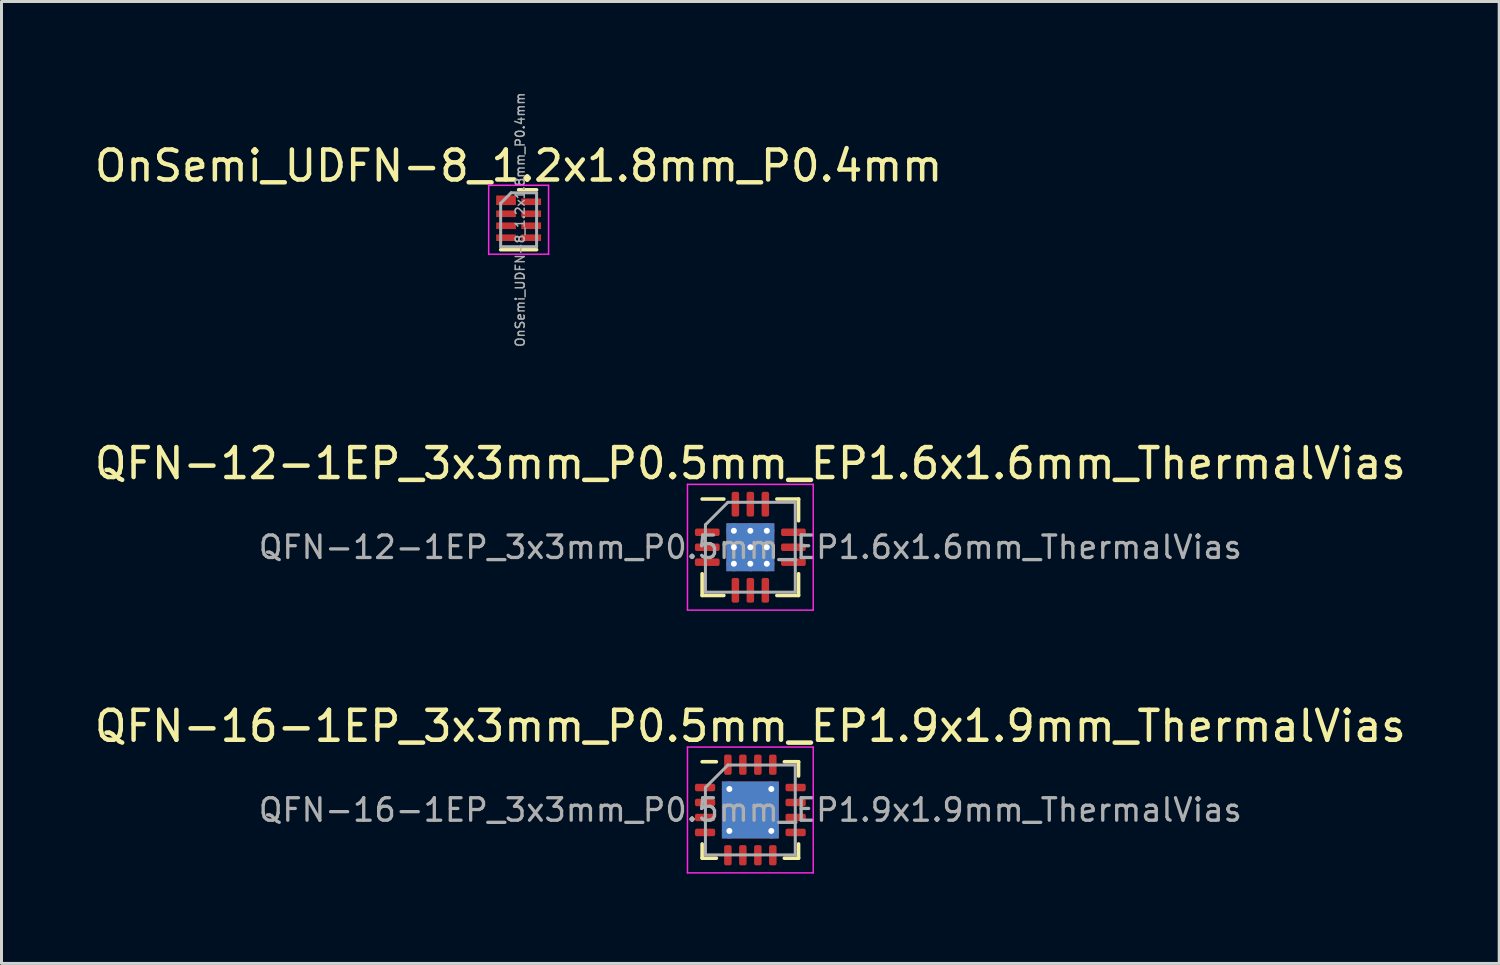
<source format=kicad_pcb>
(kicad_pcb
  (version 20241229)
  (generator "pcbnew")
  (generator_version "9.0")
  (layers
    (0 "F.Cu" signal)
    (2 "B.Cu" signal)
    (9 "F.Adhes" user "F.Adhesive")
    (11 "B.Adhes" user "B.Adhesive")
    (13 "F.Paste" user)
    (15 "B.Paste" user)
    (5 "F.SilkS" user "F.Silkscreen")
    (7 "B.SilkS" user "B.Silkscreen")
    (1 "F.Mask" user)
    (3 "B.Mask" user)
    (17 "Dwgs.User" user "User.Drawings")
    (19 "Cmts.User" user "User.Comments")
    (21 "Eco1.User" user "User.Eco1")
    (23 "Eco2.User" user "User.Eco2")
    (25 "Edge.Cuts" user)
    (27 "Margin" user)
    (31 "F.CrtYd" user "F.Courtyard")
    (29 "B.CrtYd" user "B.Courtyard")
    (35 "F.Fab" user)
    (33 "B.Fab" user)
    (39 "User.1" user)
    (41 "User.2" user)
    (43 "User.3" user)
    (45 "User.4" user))
  (footprint "QFN-16-1EP_3x3mm_P0.5mm_EP1.9x1.9mm_ThermalVias"
    (layer "F.Cu")
    (at 22.006 23.997)
    (property "Reference" "QFN-16-1EP_3x3mm_P0.5mm_EP1.9x1.9mm_ThermalVias" (at 0 -2.8 0) (layer "F.SilkS") (effects (font (size 1 1) (thickness 0.15))))
    (attr smd)
    (fp_line (start -1.61 1.61) (end -1.61 1.135) (stroke (width 0.12) (type solid)) (layer "F.SilkS"))
    (fp_line (start -1.135 -1.61) (end -1.61 -1.61) (stroke (width 0.12) (type solid)) (layer "F.SilkS"))
    (fp_line (start -1.135 1.61) (end -1.61 1.61) (stroke (width 0.12) (type solid)) (layer "F.SilkS"))
    (fp_line (start 1.135 -1.61) (end 1.61 -1.61) (stroke (width 0.12) (type solid)) (layer "F.SilkS"))
    (fp_line (start 1.135 1.61) (end 1.61 1.61) (stroke (width 0.12) (type solid)) (layer "F.SilkS"))
    (fp_line (start 1.61 -1.61) (end 1.61 -1.135) (stroke (width 0.12) (type solid)) (layer "F.SilkS"))
    (fp_line (start 1.61 1.61) (end 1.61 1.135) (stroke (width 0.12) (type solid)) (layer "F.SilkS"))
    (fp_line (start -2.1 -2.1) (end -2.1 2.1) (stroke (width 0.05) (type solid)) (layer "F.CrtYd"))
    (fp_line (start -2.1 2.1) (end 2.1 2.1) (stroke (width 0.05) (type solid)) (layer "F.CrtYd"))
    (fp_line (start 2.1 -2.1) (end -2.1 -2.1) (stroke (width 0.05) (type solid)) (layer "F.CrtYd"))
    (fp_line (start 2.1 2.1) (end 2.1 -2.1) (stroke (width 0.05) (type solid)) (layer "F.CrtYd"))
    (fp_line (start -1.5 -0.75) (end -0.75 -1.5) (stroke (width 0.1) (type solid)) (layer "F.Fab"))
    (fp_line (start -1.5 1.5) (end -1.5 -0.75) (stroke (width 0.1) (type solid)) (layer "F.Fab"))
    (fp_line (start -0.75 -1.5) (end 1.5 -1.5) (stroke (width 0.1) (type solid)) (layer "F.Fab"))
    (fp_line (start 1.5 -1.5) (end 1.5 1.5) (stroke (width 0.1) (type solid)) (layer "F.Fab"))
    (fp_line (start 1.5 1.5) (end -1.5 1.5) (stroke (width 0.1) (type solid)) (layer "F.Fab"))
    (fp_text user "${REFERENCE}" (at 0 0 0) (layer "F.Fab") (effects (font (size 0.75 0.75) (thickness 0.11))))
    (pad "" smd roundrect (at -0.475 -0.475) (size 0.82 0.82) (layers "F.Paste") (roundrect_rratio 0.25))
    (pad "" smd roundrect (at -0.475 0.475) (size 0.82 0.82) (layers "F.Paste") (roundrect_rratio 0.25))
    (pad "" smd roundrect (at 0.475 -0.475) (size 0.82 0.82) (layers "F.Paste") (roundrect_rratio 0.25))
    (pad "" smd roundrect (at 0.475 0.475) (size 0.82 0.82) (layers "F.Paste") (roundrect_rratio 0.25))
    (pad "1" smd roundrect (at -1.512 -0.75) (size 0.675 0.25) (layers "F.Cu" "F.Mask" "F.Paste") (roundrect_rratio 0.25))
    (pad "2" smd roundrect (at -1.512 -0.25) (size 0.675 0.25) (layers "F.Cu" "F.Mask" "F.Paste") (roundrect_rratio 0.25))
    (pad "3" smd roundrect (at -1.512 0.25) (size 0.675 0.25) (layers "F.Cu" "F.Mask" "F.Paste") (roundrect_rratio 0.25))
    (pad "4" smd roundrect (at -1.512 0.75) (size 0.675 0.25) (layers "F.Cu" "F.Mask" "F.Paste") (roundrect_rratio 0.25))
    (pad "5" smd roundrect (at -0.75 1.512) (size 0.25 0.675) (layers "F.Cu" "F.Mask" "F.Paste") (roundrect_rratio 0.25))
    (pad "6" smd roundrect (at -0.25 1.512) (size 0.25 0.675) (layers "F.Cu" "F.Mask" "F.Paste") (roundrect_rratio 0.25))
    (pad "7" smd roundrect (at 0.25 1.512) (size 0.25 0.675) (layers "F.Cu" "F.Mask" "F.Paste") (roundrect_rratio 0.25))
    (pad "8" smd roundrect (at 0.75 1.512) (size 0.25 0.675) (layers "F.Cu" "F.Mask" "F.Paste") (roundrect_rratio 0.25))
    (pad "9" smd roundrect (at 1.512 0.75) (size 0.675 0.25) (layers "F.Cu" "F.Mask" "F.Paste") (roundrect_rratio 0.25))
    (pad "10" smd roundrect (at 1.512 0.25) (size 0.675 0.25) (layers "F.Cu" "F.Mask" "F.Paste") (roundrect_rratio 0.25))
    (pad "11" smd roundrect (at 1.512 -0.25) (size 0.675 0.25) (layers "F.Cu" "F.Mask" "F.Paste") (roundrect_rratio 0.25))
    (pad "12" smd roundrect (at 1.512 -0.75) (size 0.675 0.25) (layers "F.Cu" "F.Mask" "F.Paste") (roundrect_rratio 0.25))
    (pad "13" smd roundrect (at 0.75 -1.512) (size 0.25 0.675) (layers "F.Cu" "F.Mask" "F.Paste") (roundrect_rratio 0.25))
    (pad "14" smd roundrect (at 0.25 -1.512) (size 0.25 0.675) (layers "F.Cu" "F.Mask" "F.Paste") (roundrect_rratio 0.25))
    (pad "15" smd roundrect (at -0.25 -1.512) (size 0.25 0.675) (layers "F.Cu" "F.Mask" "F.Paste") (roundrect_rratio 0.25))
    (pad "16" smd roundrect (at -0.75 -1.512) (size 0.25 0.675) (layers "F.Cu" "F.Mask" "F.Paste") (roundrect_rratio 0.25))
    (pad "17" thru_hole circle (at -0.7 -0.7) (size 0.5 0.5) (drill 0.2) (layers "*.Cu"))
    (pad "17" thru_hole circle (at -0.7 0.7) (size 0.5 0.5) (drill 0.2) (layers "*.Cu"))
    (pad "17" smd rect (at 0 0) (size 1.9 1.9) (layers "F.Cu" "F.Mask"))
    (pad "17" smd rect (at 0 0) (size 1.9 1.9) (layers "B.Cu"))
    (pad "17" thru_hole circle (at 0.7 -0.7) (size 0.5 0.5) (drill 0.2) (layers "*.Cu"))
    (pad "17" thru_hole circle (at 0.7 0.7) (size 0.5 0.5) (drill 0.2) (layers "*.Cu")))
  (footprint "QFN-12-1EP_3x3mm_P0.5mm_EP1.6x1.6mm_ThermalVias"
    (layer "F.Cu")
    (at 22.006 15.224)
    (property "Reference" "QFN-12-1EP_3x3mm_P0.5mm_EP1.6x1.6mm_ThermalVias" (at 0 -2.8 0) (layer "F.SilkS") (effects (font (size 1 1) (thickness 0.15))))
    (attr smd)
    (fp_line (start -1.61 1.61) (end -1.61 0.885) (stroke (width 0.12) (type solid)) (layer "F.SilkS"))
    (fp_line (start -0.885 -1.61) (end -1.61 -1.61) (stroke (width 0.12) (type solid)) (layer "F.SilkS"))
    (fp_line (start -0.885 1.61) (end -1.61 1.61) (stroke (width 0.12) (type solid)) (layer "F.SilkS"))
    (fp_line (start 0.885 -1.61) (end 1.61 -1.61) (stroke (width 0.12) (type solid)) (layer "F.SilkS"))
    (fp_line (start 0.885 1.61) (end 1.61 1.61) (stroke (width 0.12) (type solid)) (layer "F.SilkS"))
    (fp_line (start 1.61 -1.61) (end 1.61 -0.885) (stroke (width 0.12) (type solid)) (layer "F.SilkS"))
    (fp_line (start 1.61 1.61) (end 1.61 0.885) (stroke (width 0.12) (type solid)) (layer "F.SilkS"))
    (fp_line (start -2.1 -2.1) (end -2.1 2.1) (stroke (width 0.05) (type solid)) (layer "F.CrtYd"))
    (fp_line (start -2.1 2.1) (end 2.1 2.1) (stroke (width 0.05) (type solid)) (layer "F.CrtYd"))
    (fp_line (start 2.1 -2.1) (end -2.1 -2.1) (stroke (width 0.05) (type solid)) (layer "F.CrtYd"))
    (fp_line (start 2.1 2.1) (end 2.1 -2.1) (stroke (width 0.05) (type solid)) (layer "F.CrtYd"))
    (fp_line (start -1.5 -0.75) (end -0.75 -1.5) (stroke (width 0.1) (type solid)) (layer "F.Fab"))
    (fp_line (start -1.5 1.5) (end -1.5 -0.75) (stroke (width 0.1) (type solid)) (layer "F.Fab"))
    (fp_line (start -0.75 -1.5) (end 1.5 -1.5) (stroke (width 0.1) (type solid)) (layer "F.Fab"))
    (fp_line (start 1.5 -1.5) (end 1.5 1.5) (stroke (width 0.1) (type solid)) (layer "F.Fab"))
    (fp_line (start 1.5 1.5) (end -1.5 1.5) (stroke (width 0.1) (type solid)) (layer "F.Fab"))
    (fp_text user "${REFERENCE}" (at 0 0 0) (layer "F.Fab") (effects (font (size 0.75 0.75) (thickness 0.11))))
    (pad "" smd roundrect (at -0.53 -0.53) (size 0.46 0.46) (layers "F.Paste") (roundrect_rratio 0.25))
    (pad "" smd roundrect (at -0.53 0) (size 0.46 0.46) (layers "F.Paste") (roundrect_rratio 0.25))
    (pad "" smd roundrect (at -0.53 0.53) (size 0.46 0.46) (layers "F.Paste") (roundrect_rratio 0.25))
    (pad "" smd roundrect (at 0 -0.53) (size 0.46 0.46) (layers "F.Paste") (roundrect_rratio 0.25))
    (pad "" smd roundrect (at 0 0) (size 0.46 0.46) (layers "F.Paste") (roundrect_rratio 0.25))
    (pad "" smd roundrect (at 0 0.53) (size 0.46 0.46) (layers "F.Paste") (roundrect_rratio 0.25))
    (pad "" smd roundrect (at 0.53 -0.53) (size 0.46 0.46) (layers "F.Paste") (roundrect_rratio 0.25))
    (pad "" smd roundrect (at 0.53 0) (size 0.46 0.46) (layers "F.Paste") (roundrect_rratio 0.25))
    (pad "" smd roundrect (at 0.53 0.53) (size 0.46 0.46) (layers "F.Paste") (roundrect_rratio 0.25))
    (pad "1" smd roundrect (at -1.438 -0.5) (size 0.825 0.25) (layers "F.Cu" "F.Mask" "F.Paste") (roundrect_rratio 0.25))
    (pad "2" smd roundrect (at -1.438 0) (size 0.825 0.25) (layers "F.Cu" "F.Mask" "F.Paste") (roundrect_rratio 0.25))
    (pad "3" smd roundrect (at -1.438 0.5) (size 0.825 0.25) (layers "F.Cu" "F.Mask" "F.Paste") (roundrect_rratio 0.25))
    (pad "4" smd roundrect (at -0.5 1.438) (size 0.25 0.825) (layers "F.Cu" "F.Mask" "F.Paste") (roundrect_rratio 0.25))
    (pad "5" smd roundrect (at 0 1.438) (size 0.25 0.825) (layers "F.Cu" "F.Mask" "F.Paste") (roundrect_rratio 0.25))
    (pad "6" smd roundrect (at 0.5 1.438) (size 0.25 0.825) (layers "F.Cu" "F.Mask" "F.Paste") (roundrect_rratio 0.25))
    (pad "7" smd roundrect (at 1.438 0.5) (size 0.825 0.25) (layers "F.Cu" "F.Mask" "F.Paste") (roundrect_rratio 0.25))
    (pad "8" smd roundrect (at 1.438 0) (size 0.825 0.25) (layers "F.Cu" "F.Mask" "F.Paste") (roundrect_rratio 0.25))
    (pad "9" smd roundrect (at 1.438 -0.5) (size 0.825 0.25) (layers "F.Cu" "F.Mask" "F.Paste") (roundrect_rratio 0.25))
    (pad "10" smd roundrect (at 0.5 -1.438) (size 0.25 0.825) (layers "F.Cu" "F.Mask" "F.Paste") (roundrect_rratio 0.25))
    (pad "11" smd roundrect (at 0 -1.438) (size 0.25 0.825) (layers "F.Cu" "F.Mask" "F.Paste") (roundrect_rratio 0.25))
    (pad "12" smd roundrect (at -0.5 -1.438) (size 0.25 0.825) (layers "F.Cu" "F.Mask" "F.Paste") (roundrect_rratio 0.25))
    (pad "13" thru_hole circle (at -0.55 -0.55) (size 0.5 0.5) (drill 0.2) (layers "*.Cu"))
    (pad "13" thru_hole circle (at -0.55 0) (size 0.5 0.5) (drill 0.2) (layers "*.Cu"))
    (pad "13" thru_hole circle (at -0.55 0.55) (size 0.5 0.5) (drill 0.2) (layers "*.Cu"))
    (pad "13" thru_hole circle (at 0 -0.55) (size 0.5 0.5) (drill 0.2) (layers "*.Cu"))
    (pad "13" thru_hole circle (at 0 0) (size 0.5 0.5) (drill 0.2) (layers "*.Cu"))
    (pad "13" smd rect (at 0 0) (size 1.6 1.6) (layers "F.Cu" "F.Mask"))
    (pad "13" smd rect (at 0 0) (size 1.6 1.6) (layers "B.Cu"))
    (pad "13" thru_hole circle (at 0 0.55) (size 0.5 0.5) (drill 0.2) (layers "*.Cu"))
    (pad "13" thru_hole circle (at 0.55 -0.55) (size 0.5 0.5) (drill 0.2) (layers "*.Cu"))
    (pad "13" thru_hole circle (at 0.55 0) (size 0.5 0.5) (drill 0.2) (layers "*.Cu"))
    (pad "13" thru_hole circle (at 0.55 0.55) (size 0.5 0.5) (drill 0.2) (layers "*.Cu")))
  (footprint "OnSemi_UDFN-8_1.2x1.8mm_P0.4mm"
    (layer "F.Cu")
    (at 14.268 4.288)
    (property "Reference" "OnSemi_UDFN-8_1.2x1.8mm_P0.4mm" (at 0 -1.8 0) (layer "F.SilkS") (effects (font (size 1 1) (thickness 0.15))))
    (attr smd)
    (fp_line (start 0.6 -1) (end 0 -1) (stroke (width 0.12) (type solid)) (layer "F.SilkS"))
    (fp_line (start 0.6 1) (end -0.6 1) (stroke (width 0.12) (type solid)) (layer "F.SilkS"))
    (fp_line (start -1 -1.15) (end 1 -1.15) (stroke (width 0.05) (type solid)) (layer "F.CrtYd"))
    (fp_line (start -1 1.15) (end -1 -1.15) (stroke (width 0.05) (type solid)) (layer "F.CrtYd"))
    (fp_line (start 1 -1.15) (end 1 1.15) (stroke (width 0.05) (type solid)) (layer "F.CrtYd"))
    (fp_line (start 1 1.15) (end -1 1.15) (stroke (width 0.05) (type solid)) (layer "F.CrtYd"))
    (fp_line (start -0.6 -0.55) (end -0.25 -0.9) (stroke (width 0.1) (type solid)) (layer "F.Fab"))
    (fp_line (start -0.6 0.9) (end -0.6 -0.55) (stroke (width 0.1) (type solid)) (layer "F.Fab"))
    (fp_line (start -0.25 -0.9) (end 0.6 -0.9) (stroke (width 0.1) (type solid)) (layer "F.Fab"))
    (fp_line (start 0.6 -0.9) (end 0.6 0.9) (stroke (width 0.1) (type solid)) (layer "F.Fab"))
    (fp_line (start 0.6 0.9) (end -0.6 0.9) (stroke (width 0.1) (type solid)) (layer "F.Fab"))
    (fp_text user "${REFERENCE}" (at 0.05 0 90) (layer "F.Fab") (effects (font (size 0.3 0.3) (thickness 0.05))))
    (pad "1" smd rect (at -0.42 -0.65) (size 0.66 0.32) (layers "F.Cu" "F.Mask" "F.Paste"))
    (pad "2" smd rect (at -0.42 -0.2) (size 0.66 0.22) (layers "F.Cu" "F.Mask" "F.Paste"))
    (pad "3" smd rect (at -0.42 0.2) (size 0.66 0.22) (layers "F.Cu" "F.Mask" "F.Paste"))
    (pad "4" smd rect (at -0.42 0.6) (size 0.66 0.22) (layers "F.Cu" "F.Mask" "F.Paste"))
    (pad "5" smd rect (at 0.42 0.6) (size 0.66 0.22) (layers "F.Cu" "F.Mask" "F.Paste"))
    (pad "6" smd rect (at 0.42 0.2) (size 0.66 0.22) (layers "F.Cu" "F.Mask" "F.Paste"))
    (pad "7" smd rect (at 0.42 -0.2) (size 0.66 0.22) (layers "F.Cu" "F.Mask" "F.Paste"))
    (pad "8" smd rect (at 0.42 -0.6) (size 0.66 0.22) (layers "F.Cu" "F.Mask" "F.Paste")))
  (gr_rect
    (start -3 -3)
    (end 47.012 29.122)
    (stroke (width 0.1) (type default))
    (fill no)
    (layer "Edge.Cuts")))
</source>
